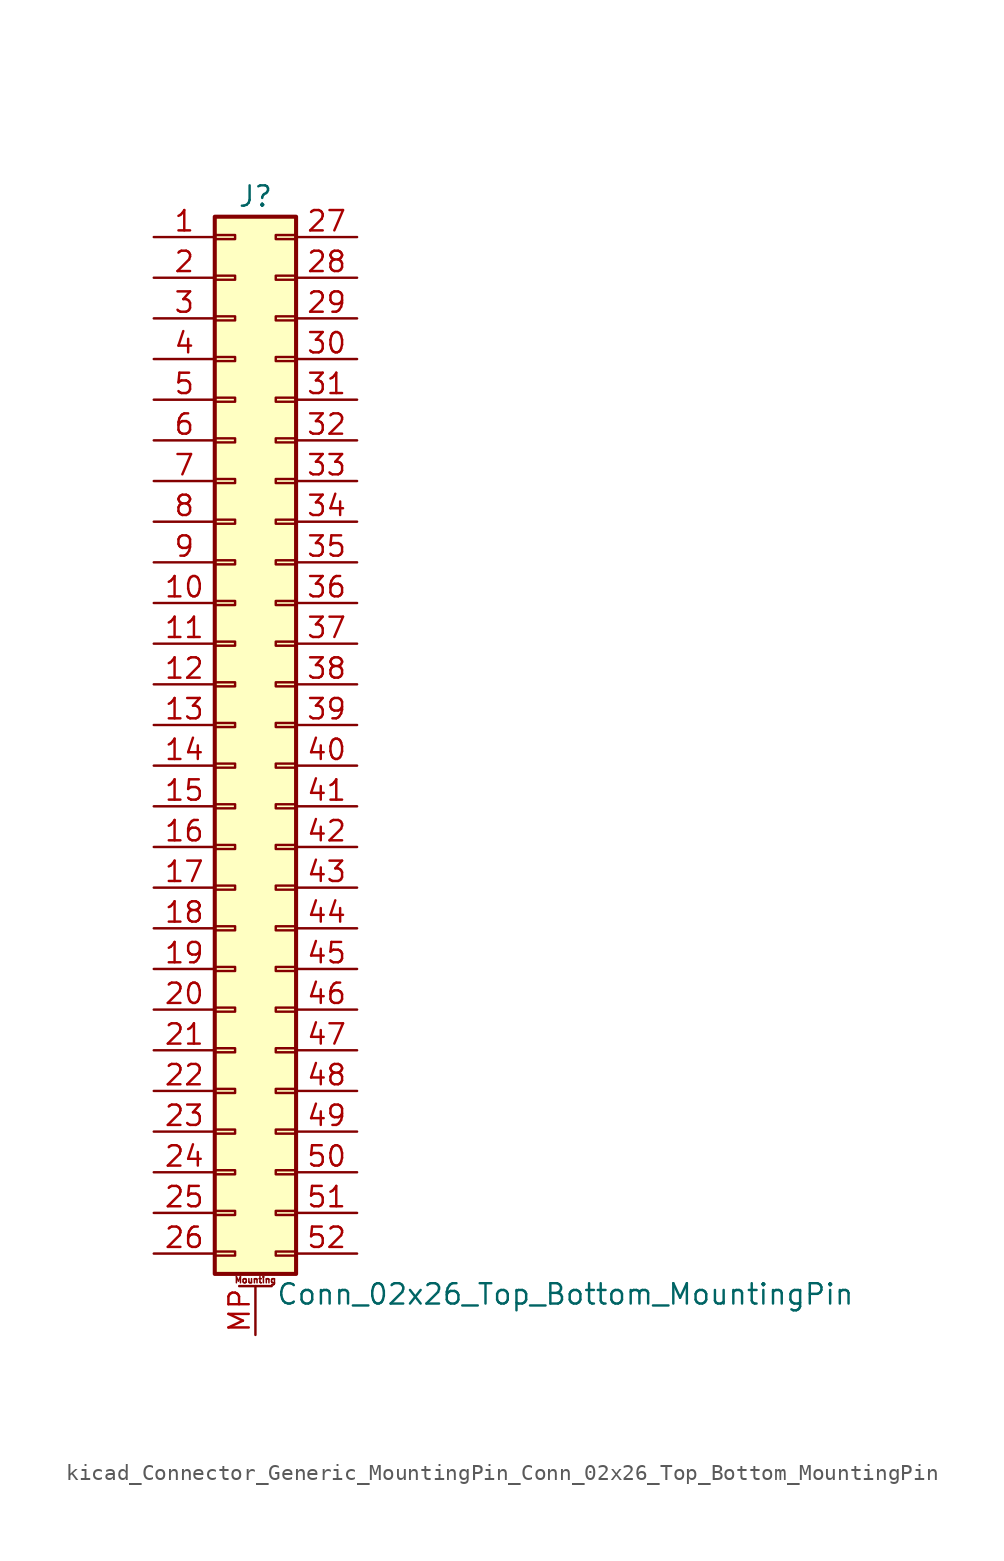
<source format=kicad_sym>
(kicad_symbol_lib
  (version 20220914)
  (generator kicad_symbol_editor)
  (symbol "kicad_Connector_Generic_MountingPin_Conn_02x26_Top_Bottom_MountingPin"
    (pin_names
      (offset 1.016) hide)
    (property "Reference" "J"
      (at 1.27 33.02 0)
      (effects (font (size 1.27 1.27))))
    (property "Value" "Conn_02x26_Top_Bottom_MountingPin"
      (at 2.54 -35.56 0)
      (effects (font (size 1.27 1.27)) (justify left)))
    (symbol "kicad_Connector_Generic_MountingPin_Conn_02x26_Top_Bottom_MountingPin_1_1"
      (rectangle (start -1.27 -32.893) (end 0 -33.147) (stroke (width 0.152) (type default)) (fill (type none)))
      (rectangle (start -1.27 -30.353) (end 0 -30.607) (stroke (width 0.152) (type default)) (fill (type none)))
      (rectangle (start -1.27 -27.813) (end 0 -28.067) (stroke (width 0.152) (type default)) (fill (type none)))
      (rectangle (start -1.27 -25.273) (end 0 -25.527) (stroke (width 0.152) (type default)) (fill (type none)))
      (rectangle (start -1.27 -22.733) (end 0 -22.987) (stroke (width 0.152) (type default)) (fill (type none)))
      (rectangle (start -1.27 -20.193) (end 0 -20.447) (stroke (width 0.152) (type default)) (fill (type none)))
      (rectangle (start -1.27 -17.653) (end 0 -17.907) (stroke (width 0.152) (type default)) (fill (type none)))
      (rectangle (start -1.27 -15.113) (end 0 -15.367) (stroke (width 0.152) (type default)) (fill (type none)))
      (rectangle (start -1.27 -12.573) (end 0 -12.827) (stroke (width 0.152) (type default)) (fill (type none)))
      (rectangle (start -1.27 -10.033) (end 0 -10.287) (stroke (width 0.152) (type default)) (fill (type none)))
      (rectangle (start -1.27 -7.493) (end 0 -7.747) (stroke (width 0.152) (type default)) (fill (type none)))
      (rectangle (start -1.27 -4.953) (end 0 -5.207) (stroke (width 0.152) (type default)) (fill (type none)))
      (rectangle (start -1.27 -2.413) (end 0 -2.667) (stroke (width 0.152) (type default)) (fill (type none)))
      (rectangle (start -1.27 0.127) (end 0 -0.127) (stroke (width 0.152) (type default)) (fill (type none)))
      (rectangle (start -1.27 2.667) (end 0 2.413) (stroke (width 0.152) (type default)) (fill (type none)))
      (rectangle (start -1.27 5.207) (end 0 4.953) (stroke (width 0.152) (type default)) (fill (type none)))
      (rectangle (start -1.27 7.747) (end 0 7.493) (stroke (width 0.152) (type default)) (fill (type none)))
      (rectangle (start -1.27 10.287) (end 0 10.033) (stroke (width 0.152) (type default)) (fill (type none)))
      (rectangle (start -1.27 12.827) (end 0 12.573) (stroke (width 0.152) (type default)) (fill (type none)))
      (rectangle (start -1.27 15.367) (end 0 15.113) (stroke (width 0.152) (type default)) (fill (type none)))
      (rectangle (start -1.27 17.907) (end 0 17.653) (stroke (width 0.152) (type default)) (fill (type none)))
      (rectangle (start -1.27 20.447) (end 0 20.193) (stroke (width 0.152) (type default)) (fill (type none)))
      (rectangle (start -1.27 22.987) (end 0 22.733) (stroke (width 0.152) (type default)) (fill (type none)))
      (rectangle (start -1.27 25.527) (end 0 25.273) (stroke (width 0.152) (type default)) (fill (type none)))
      (rectangle (start -1.27 28.067) (end 0 27.813) (stroke (width 0.152) (type default)) (fill (type none)))
      (rectangle (start -1.27 30.607) (end 0 30.353) (stroke (width 0.152) (type default)) (fill (type none)))
      (rectangle (start -1.27 31.75) (end 3.81 -34.29) (stroke (width 0.254) (type default)) (fill (type background)))
      (polyline (pts (xy 0.254 -35.052) (xy 2.286 -35.052)) (stroke (width 0.152) (type default)) (fill (type none)))
      (rectangle (start 3.81 -32.893) (end 2.54 -33.147) (stroke (width 0.152) (type default)) (fill (type none)))
      (rectangle (start 3.81 -30.353) (end 2.54 -30.607) (stroke (width 0.152) (type default)) (fill (type none)))
      (rectangle (start 3.81 -27.813) (end 2.54 -28.067) (stroke (width 0.152) (type default)) (fill (type none)))
      (rectangle (start 3.81 -25.273) (end 2.54 -25.527) (stroke (width 0.152) (type default)) (fill (type none)))
      (rectangle (start 3.81 -22.733) (end 2.54 -22.987) (stroke (width 0.152) (type default)) (fill (type none)))
      (rectangle (start 3.81 -20.193) (end 2.54 -20.447) (stroke (width 0.152) (type default)) (fill (type none)))
      (rectangle (start 3.81 -17.653) (end 2.54 -17.907) (stroke (width 0.152) (type default)) (fill (type none)))
      (rectangle (start 3.81 -15.113) (end 2.54 -15.367) (stroke (width 0.152) (type default)) (fill (type none)))
      (rectangle (start 3.81 -12.573) (end 2.54 -12.827) (stroke (width 0.152) (type default)) (fill (type none)))
      (rectangle (start 3.81 -10.033) (end 2.54 -10.287) (stroke (width 0.152) (type default)) (fill (type none)))
      (rectangle (start 3.81 -7.493) (end 2.54 -7.747) (stroke (width 0.152) (type default)) (fill (type none)))
      (rectangle (start 3.81 -4.953) (end 2.54 -5.207) (stroke (width 0.152) (type default)) (fill (type none)))
      (rectangle (start 3.81 -2.413) (end 2.54 -2.667) (stroke (width 0.152) (type default)) (fill (type none)))
      (rectangle (start 3.81 0.127) (end 2.54 -0.127) (stroke (width 0.152) (type default)) (fill (type none)))
      (rectangle (start 3.81 2.667) (end 2.54 2.413) (stroke (width 0.152) (type default)) (fill (type none)))
      (rectangle (start 3.81 5.207) (end 2.54 4.953) (stroke (width 0.152) (type default)) (fill (type none)))
      (rectangle (start 3.81 7.747) (end 2.54 7.493) (stroke (width 0.152) (type default)) (fill (type none)))
      (rectangle (start 3.81 10.287) (end 2.54 10.033) (stroke (width 0.152) (type default)) (fill (type none)))
      (rectangle (start 3.81 12.827) (end 2.54 12.573) (stroke (width 0.152) (type default)) (fill (type none)))
      (rectangle (start 3.81 15.367) (end 2.54 15.113) (stroke (width 0.152) (type default)) (fill (type none)))
      (rectangle (start 3.81 17.907) (end 2.54 17.653) (stroke (width 0.152) (type default)) (fill (type none)))
      (rectangle (start 3.81 20.447) (end 2.54 20.193) (stroke (width 0.152) (type default)) (fill (type none)))
      (rectangle (start 3.81 22.987) (end 2.54 22.733) (stroke (width 0.152) (type default)) (fill (type none)))
      (rectangle (start 3.81 25.527) (end 2.54 25.273) (stroke (width 0.152) (type default)) (fill (type none)))
      (rectangle (start 3.81 28.067) (end 2.54 27.813) (stroke (width 0.152) (type default)) (fill (type none)))
      (rectangle (start 3.81 30.607) (end 2.54 30.353) (stroke (width 0.152) (type default)) (fill (type none)))
      (text "Mounting" (at 1.27 -34.671 0) (effects (font (size 0.381 0.381))))
      (pin passive line (at -5.08 30.48 0) (length 3.81) (name "Pin_1" (effects (font (size 1.27 1.27)))) (number "1" (effects (font (size 1.27 1.27)))))
      (pin passive line (at -5.08 7.62 0) (length 3.81) (name "Pin_10" (effects (font (size 1.27 1.27)))) (number "10" (effects (font (size 1.27 1.27)))))
      (pin passive line (at -5.08 5.08 0) (length 3.81) (name "Pin_11" (effects (font (size 1.27 1.27)))) (number "11" (effects (font (size 1.27 1.27)))))
      (pin passive line (at -5.08 2.54 0) (length 3.81) (name "Pin_12" (effects (font (size 1.27 1.27)))) (number "12" (effects (font (size 1.27 1.27)))))
      (pin passive line (at -5.08 0 0) (length 3.81) (name "Pin_13" (effects (font (size 1.27 1.27)))) (number "13" (effects (font (size 1.27 1.27)))))
      (pin passive line (at -5.08 -2.54 0) (length 3.81) (name "Pin_14" (effects (font (size 1.27 1.27)))) (number "14" (effects (font (size 1.27 1.27)))))
      (pin passive line (at -5.08 -5.08 0) (length 3.81) (name "Pin_15" (effects (font (size 1.27 1.27)))) (number "15" (effects (font (size 1.27 1.27)))))
      (pin passive line (at -5.08 -7.62 0) (length 3.81) (name "Pin_16" (effects (font (size 1.27 1.27)))) (number "16" (effects (font (size 1.27 1.27)))))
      (pin passive line (at -5.08 -10.16 0) (length 3.81) (name "Pin_17" (effects (font (size 1.27 1.27)))) (number "17" (effects (font (size 1.27 1.27)))))
      (pin passive line (at -5.08 -12.7 0) (length 3.81) (name "Pin_18" (effects (font (size 1.27 1.27)))) (number "18" (effects (font (size 1.27 1.27)))))
      (pin passive line (at -5.08 -15.24 0) (length 3.81) (name "Pin_19" (effects (font (size 1.27 1.27)))) (number "19" (effects (font (size 1.27 1.27)))))
      (pin passive line (at -5.08 27.94 0) (length 3.81) (name "Pin_2" (effects (font (size 1.27 1.27)))) (number "2" (effects (font (size 1.27 1.27)))))
      (pin passive line (at -5.08 -17.78 0) (length 3.81) (name "Pin_20" (effects (font (size 1.27 1.27)))) (number "20" (effects (font (size 1.27 1.27)))))
      (pin passive line (at -5.08 -20.32 0) (length 3.81) (name "Pin_21" (effects (font (size 1.27 1.27)))) (number "21" (effects (font (size 1.27 1.27)))))
      (pin passive line (at -5.08 -22.86 0) (length 3.81) (name "Pin_22" (effects (font (size 1.27 1.27)))) (number "22" (effects (font (size 1.27 1.27)))))
      (pin passive line (at -5.08 -25.4 0) (length 3.81) (name "Pin_23" (effects (font (size 1.27 1.27)))) (number "23" (effects (font (size 1.27 1.27)))))
      (pin passive line (at -5.08 -27.94 0) (length 3.81) (name "Pin_24" (effects (font (size 1.27 1.27)))) (number "24" (effects (font (size 1.27 1.27)))))
      (pin passive line (at -5.08 -30.48 0) (length 3.81) (name "Pin_25" (effects (font (size 1.27 1.27)))) (number "25" (effects (font (size 1.27 1.27)))))
      (pin passive line (at -5.08 -33.02 0) (length 3.81) (name "Pin_26" (effects (font (size 1.27 1.27)))) (number "26" (effects (font (size 1.27 1.27)))))
      (pin passive line (at 7.62 30.48 180) (length 3.81) (name "Pin_27" (effects (font (size 1.27 1.27)))) (number "27" (effects (font (size 1.27 1.27)))))
      (pin passive line (at 7.62 27.94 180) (length 3.81) (name "Pin_28" (effects (font (size 1.27 1.27)))) (number "28" (effects (font (size 1.27 1.27)))))
      (pin passive line (at 7.62 25.4 180) (length 3.81) (name "Pin_29" (effects (font (size 1.27 1.27)))) (number "29" (effects (font (size 1.27 1.27)))))
      (pin passive line (at -5.08 25.4 0) (length 3.81) (name "Pin_3" (effects (font (size 1.27 1.27)))) (number "3" (effects (font (size 1.27 1.27)))))
      (pin passive line (at 7.62 22.86 180) (length 3.81) (name "Pin_30" (effects (font (size 1.27 1.27)))) (number "30" (effects (font (size 1.27 1.27)))))
      (pin passive line (at 7.62 20.32 180) (length 3.81) (name "Pin_31" (effects (font (size 1.27 1.27)))) (number "31" (effects (font (size 1.27 1.27)))))
      (pin passive line (at 7.62 17.78 180) (length 3.81) (name "Pin_32" (effects (font (size 1.27 1.27)))) (number "32" (effects (font (size 1.27 1.27)))))
      (pin passive line (at 7.62 15.24 180) (length 3.81) (name "Pin_33" (effects (font (size 1.27 1.27)))) (number "33" (effects (font (size 1.27 1.27)))))
      (pin passive line (at 7.62 12.7 180) (length 3.81) (name "Pin_34" (effects (font (size 1.27 1.27)))) (number "34" (effects (font (size 1.27 1.27)))))
      (pin passive line (at 7.62 10.16 180) (length 3.81) (name "Pin_35" (effects (font (size 1.27 1.27)))) (number "35" (effects (font (size 1.27 1.27)))))
      (pin passive line (at 7.62 7.62 180) (length 3.81) (name "Pin_36" (effects (font (size 1.27 1.27)))) (number "36" (effects (font (size 1.27 1.27)))))
      (pin passive line (at 7.62 5.08 180) (length 3.81) (name "Pin_37" (effects (font (size 1.27 1.27)))) (number "37" (effects (font (size 1.27 1.27)))))
      (pin passive line (at 7.62 2.54 180) (length 3.81) (name "Pin_38" (effects (font (size 1.27 1.27)))) (number "38" (effects (font (size 1.27 1.27)))))
      (pin passive line (at 7.62 0 180) (length 3.81) (name "Pin_39" (effects (font (size 1.27 1.27)))) (number "39" (effects (font (size 1.27 1.27)))))
      (pin passive line (at -5.08 22.86 0) (length 3.81) (name "Pin_4" (effects (font (size 1.27 1.27)))) (number "4" (effects (font (size 1.27 1.27)))))
      (pin passive line (at 7.62 -2.54 180) (length 3.81) (name "Pin_40" (effects (font (size 1.27 1.27)))) (number "40" (effects (font (size 1.27 1.27)))))
      (pin passive line (at 7.62 -5.08 180) (length 3.81) (name "Pin_41" (effects (font (size 1.27 1.27)))) (number "41" (effects (font (size 1.27 1.27)))))
      (pin passive line (at 7.62 -7.62 180) (length 3.81) (name "Pin_42" (effects (font (size 1.27 1.27)))) (number "42" (effects (font (size 1.27 1.27)))))
      (pin passive line (at 7.62 -10.16 180) (length 3.81) (name "Pin_43" (effects (font (size 1.27 1.27)))) (number "43" (effects (font (size 1.27 1.27)))))
      (pin passive line (at 7.62 -12.7 180) (length 3.81) (name "Pin_44" (effects (font (size 1.27 1.27)))) (number "44" (effects (font (size 1.27 1.27)))))
      (pin passive line (at 7.62 -15.24 180) (length 3.81) (name "Pin_45" (effects (font (size 1.27 1.27)))) (number "45" (effects (font (size 1.27 1.27)))))
      (pin passive line (at 7.62 -17.78 180) (length 3.81) (name "Pin_46" (effects (font (size 1.27 1.27)))) (number "46" (effects (font (size 1.27 1.27)))))
      (pin passive line (at 7.62 -20.32 180) (length 3.81) (name "Pin_47" (effects (font (size 1.27 1.27)))) (number "47" (effects (font (size 1.27 1.27)))))
      (pin passive line (at 7.62 -22.86 180) (length 3.81) (name "Pin_48" (effects (font (size 1.27 1.27)))) (number "48" (effects (font (size 1.27 1.27)))))
      (pin passive line (at 7.62 -25.4 180) (length 3.81) (name "Pin_49" (effects (font (size 1.27 1.27)))) (number "49" (effects (font (size 1.27 1.27)))))
      (pin passive line (at -5.08 20.32 0) (length 3.81) (name "Pin_5" (effects (font (size 1.27 1.27)))) (number "5" (effects (font (size 1.27 1.27)))))
      (pin passive line (at 7.62 -27.94 180) (length 3.81) (name "Pin_50" (effects (font (size 1.27 1.27)))) (number "50" (effects (font (size 1.27 1.27)))))
      (pin passive line (at 7.62 -30.48 180) (length 3.81) (name "Pin_51" (effects (font (size 1.27 1.27)))) (number "51" (effects (font (size 1.27 1.27)))))
      (pin passive line (at 7.62 -33.02 180) (length 3.81) (name "Pin_52" (effects (font (size 1.27 1.27)))) (number "52" (effects (font (size 1.27 1.27)))))
      (pin passive line (at -5.08 17.78 0) (length 3.81) (name "Pin_6" (effects (font (size 1.27 1.27)))) (number "6" (effects (font (size 1.27 1.27)))))
      (pin passive line (at -5.08 15.24 0) (length 3.81) (name "Pin_7" (effects (font (size 1.27 1.27)))) (number "7" (effects (font (size 1.27 1.27)))))
      (pin passive line (at -5.08 12.7 0) (length 3.81) (name "Pin_8" (effects (font (size 1.27 1.27)))) (number "8" (effects (font (size 1.27 1.27)))))
      (pin passive line (at -5.08 10.16 0) (length 3.81) (name "Pin_9" (effects (font (size 1.27 1.27)))) (number "9" (effects (font (size 1.27 1.27)))))
      (pin passive line (at 1.27 -38.1 90) (length 3.048) (name "MountPin" (effects (font (size 1.27 1.27)))) (number "MP" (effects (font (size 1.27 1.27))))))))
</source>
